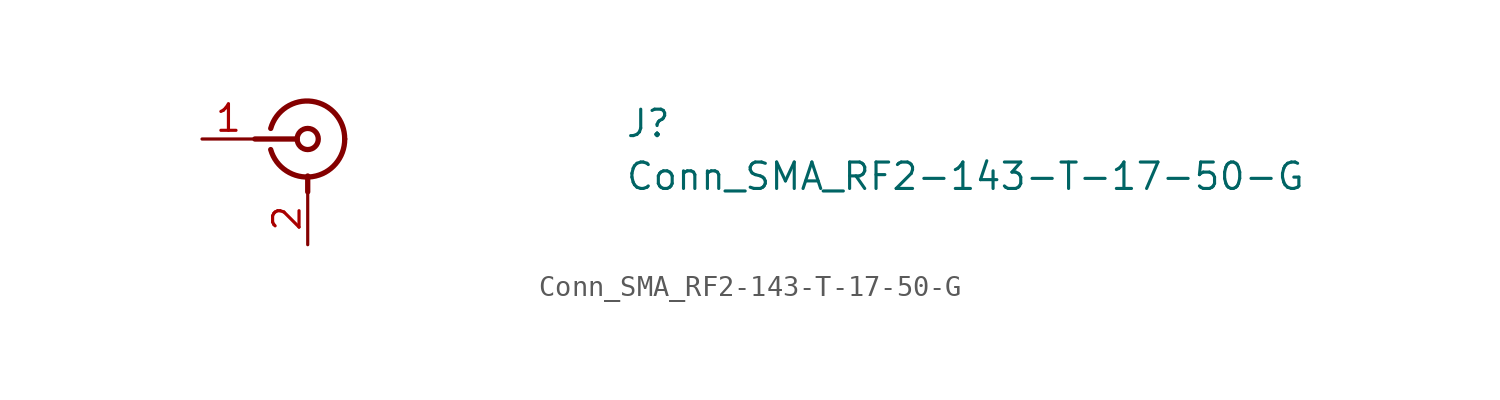
<source format=kicad_sym>
(kicad_symbol_lib
  (version 20211014)
  (generator kicad_symbol_editor)
  (symbol "Conn_SMA_RF2-143-T-17-50-G"
    (pin_names hide)
    (property "Reference" "J"
      (at 20.32 0 0)
      (effects (font (size 1.27 1.27) (thickness 0.15)) (justify left bottom)))
    (property "Value" "Conn_SMA_RF2-143-T-17-50-G"
      (at 20.32 -2.54 0)
      (effects (font (size 1.27 1.27) (thickness 0.15)) (justify left bottom)))
    (symbol "Conn_SMA_RF2-143-T-17-50-G_1_1"
      (polyline (pts (xy 2.54 0) (xy 4.572 0)) (stroke (width 0.254) (type default) (color 0 0 0 0)) (fill (type none)))
      (polyline (pts (xy 5.08 -2.54) (xy 5.08 -1.778)) (stroke (width 0.254) (type default) (color 0 0 0 0)) (fill (type none)))
      (arc (start 3.302 -0.508) (mid 5.302 -1.808) (end 6.858 0) (stroke (width 0.254) (type default) (color 0 0 0 0)) (fill (type none)))
      (circle (center 5.08 0) (radius 0.508) (stroke (width 0.254) (type default) (color 0 0 0 0)) (fill (type none)))
      (arc (start 6.858 0) (mid 5.302 1.8083) (end 3.302 0.508) (stroke (width 0.254) (type default) (color 0 0 0 0)) (fill (type none)))
      (pin passive line (at 0 0 0) (length 2.54) (name "1" (effects (font (size 1.27 1.27)))) (number "1" (effects (font (size 1.27 1.27)))))
      (pin passive line (at 5.08 -5.08 90) (length 2.54) (name "2" (effects (font (size 1.27 1.27)))) (number "2" (effects (font (size 1.27 1.27))))))))
</source>
